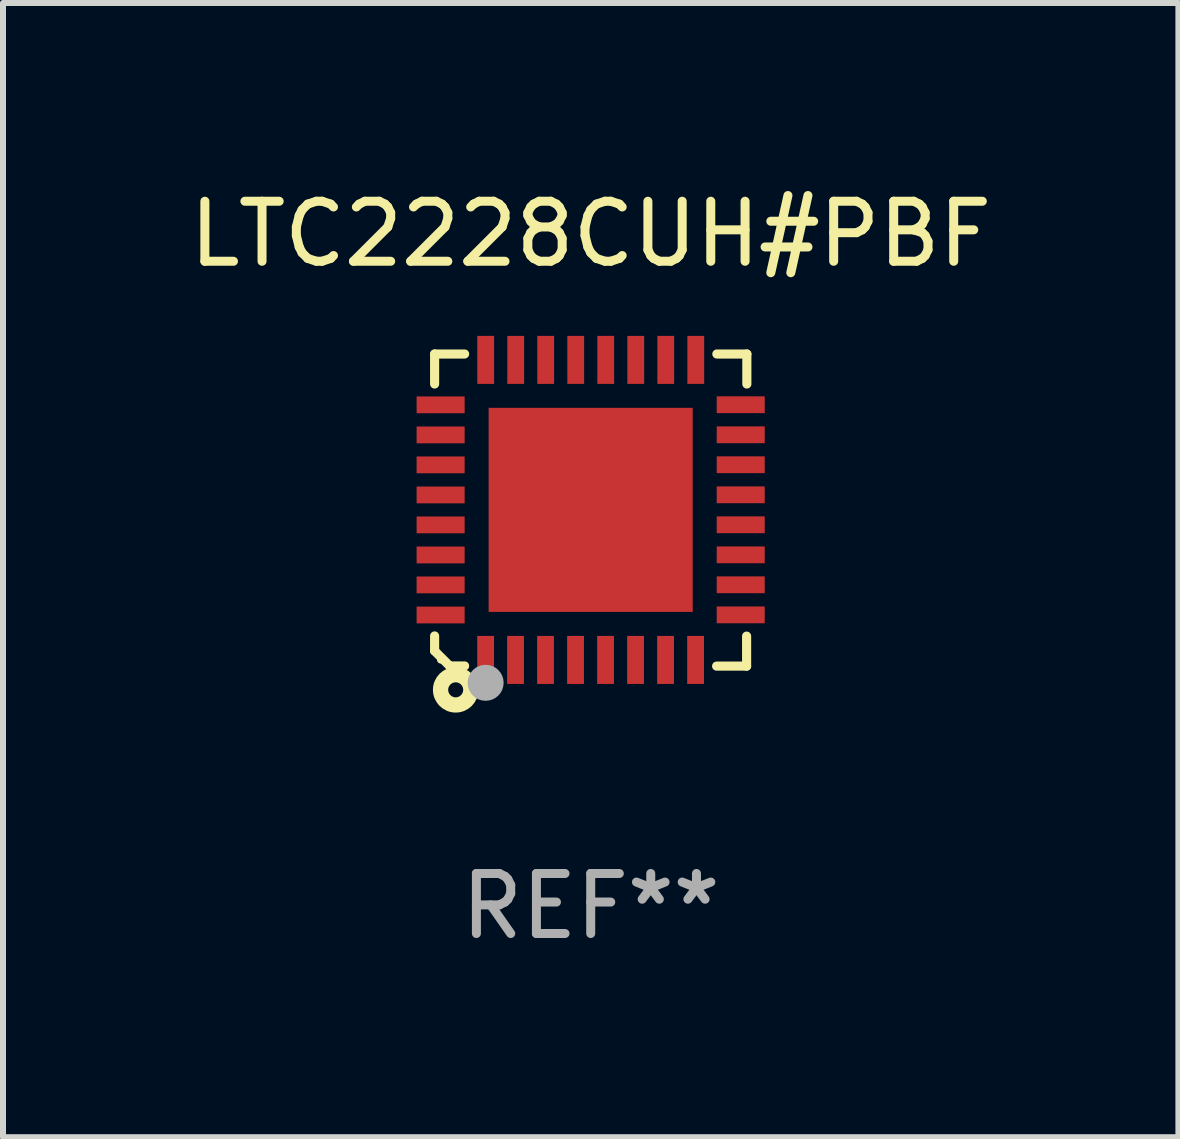
<source format=kicad_pcb>
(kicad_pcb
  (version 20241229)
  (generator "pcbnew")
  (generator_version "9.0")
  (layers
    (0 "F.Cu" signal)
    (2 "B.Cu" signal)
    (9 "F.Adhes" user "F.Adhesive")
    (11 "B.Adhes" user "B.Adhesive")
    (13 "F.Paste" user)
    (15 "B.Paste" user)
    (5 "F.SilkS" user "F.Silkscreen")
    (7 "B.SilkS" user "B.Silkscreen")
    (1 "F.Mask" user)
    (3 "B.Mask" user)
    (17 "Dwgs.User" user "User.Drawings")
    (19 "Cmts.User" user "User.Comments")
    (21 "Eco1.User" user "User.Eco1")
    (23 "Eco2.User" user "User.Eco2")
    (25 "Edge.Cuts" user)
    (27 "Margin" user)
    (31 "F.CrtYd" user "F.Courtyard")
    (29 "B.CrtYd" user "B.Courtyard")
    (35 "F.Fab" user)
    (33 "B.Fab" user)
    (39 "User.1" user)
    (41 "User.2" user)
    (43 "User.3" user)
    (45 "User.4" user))
  (footprint "LTC2228CUH#PBF"
    (layer "F.Cu")
    (at 6.792 5.448)
    (property "Reference" "LTC2228CUH#PBF" (at 0 -4.6 0) (layer "F.SilkS") (effects (font (size 1 1) (thickness 0.15))))
    (attr through_hole)
    (fp_line (start -2.601 2.097) (end -2.601 2.347) (stroke (width 0.152) (type solid)) (layer "F.SilkS"))
    (fp_line (start -2.601 2.347) (end -2.351 2.597) (stroke (width 0.152) (type solid)) (layer "F.SilkS"))
    (fp_line (start -2.601 -2.6) (end -2.601 -2.1) (stroke (width 0.152) (type solid)) (layer "F.SilkS"))
    (fp_line (start -2.601 -2.6) (end -2.101 -2.6) (stroke (width 0.152) (type solid)) (layer "F.SilkS"))
    (fp_line (start -2.351 2.597) (end -2.101 2.597) (stroke (width 0.152) (type solid)) (layer "F.SilkS"))
    (fp_line (start 2.597 2.6) (end 2.097 2.6) (stroke (width 0.152) (type solid)) (layer "F.SilkS"))
    (fp_line (start 2.597 2.6) (end 2.597 2.1) (stroke (width 0.152) (type solid)) (layer "F.SilkS"))
    (fp_line (start 2.601 -2.6) (end 2.101 -2.6) (stroke (width 0.152) (type solid)) (layer "F.SilkS"))
    (fp_line (start 2.601 -2.6) (end 2.601 -2.1) (stroke (width 0.152) (type solid)) (layer "F.SilkS"))
    (fp_circle (center -2.501 2.497) (end -2.471 2.497) (stroke (width 0.06) (type solid)) (fill no) (layer "F.SilkS"))
    (fp_circle (center -2.25 2.995) (end -2.125 2.995) (stroke (width 0.254) (type solid)) (fill no) (layer "F.SilkS"))
    (fp_circle (center -1.751 2.878) (end -1.601 2.878) (stroke (width 0.3) (type solid)) (fill no) (layer "F.Fab"))
    (fp_text user "REF**" (at 0 6.6 0) (layer "F.Fab") (effects (font (size 1 1) (thickness 0.15))))
    (pad "1" smd rect (at -1.751 2.497) (size 0.28 0.8) (layers "F.Cu" "F.Mask" "F.Paste"))
    (pad "2" smd rect (at -1.253 2.497) (size 0.28 0.8) (layers "F.Cu" "F.Mask" "F.Paste"))
    (pad "3" smd rect (at -0.753 2.497) (size 0.28 0.8) (layers "F.Cu" "F.Mask" "F.Paste"))
    (pad "4" smd rect (at -0.253 2.497) (size 0.28 0.8) (layers "F.Cu" "F.Mask" "F.Paste"))
    (pad "5" smd rect (at 0.247 2.497) (size 0.28 0.8) (layers "F.Cu" "F.Mask" "F.Paste"))
    (pad "6" smd rect (at 0.747 2.497) (size 0.28 0.8) (layers "F.Cu" "F.Mask" "F.Paste"))
    (pad "7" smd rect (at 1.247 2.497) (size 0.28 0.8) (layers "F.Cu" "F.Mask" "F.Paste"))
    (pad "8" smd rect (at 1.747 2.497) (size 0.28 0.8) (layers "F.Cu" "F.Mask" "F.Paste"))
    (pad "9" smd rect (at 2.499 1.746) (size 0.8 0.28) (layers "F.Cu" "F.Mask" "F.Paste"))
    (pad "10" smd rect (at 2.499 1.245) (size 0.8 0.28) (layers "F.Cu" "F.Mask" "F.Paste"))
    (pad "11" smd rect (at 2.499 0.746) (size 0.8 0.28) (layers "F.Cu" "F.Mask" "F.Paste"))
    (pad "12" smd rect (at 2.499 0.245) (size 0.8 0.28) (layers "F.Cu" "F.Mask" "F.Paste"))
    (pad "13" smd rect (at 2.499 -0.254) (size 0.8 0.28) (layers "F.Cu" "F.Mask" "F.Paste"))
    (pad "14" smd rect (at 2.499 -0.755) (size 0.8 0.28) (layers "F.Cu" "F.Mask" "F.Paste"))
    (pad "15" smd rect (at 2.499 -1.254) (size 0.8 0.28) (layers "F.Cu" "F.Mask" "F.Paste"))
    (pad "16" smd rect (at 2.499 -1.755) (size 0.8 0.28) (layers "F.Cu" "F.Mask" "F.Paste"))
    (pad "17" smd rect (at 1.75 -2.502) (size 0.28 0.8) (layers "F.Cu" "F.Mask" "F.Paste"))
    (pad "18" smd rect (at 1.25 -2.502) (size 0.28 0.8) (layers "F.Cu" "F.Mask" "F.Paste"))
    (pad "19" smd rect (at 0.75 -2.502) (size 0.28 0.8) (layers "F.Cu" "F.Mask" "F.Paste"))
    (pad "20" smd rect (at 0.25 -2.502) (size 0.28 0.8) (layers "F.Cu" "F.Mask" "F.Paste"))
    (pad "21" smd rect (at -0.25 -2.502) (size 0.28 0.8) (layers "F.Cu" "F.Mask" "F.Paste"))
    (pad "22" smd rect (at -0.75 -2.502) (size 0.28 0.8) (layers "F.Cu" "F.Mask" "F.Paste"))
    (pad "23" smd rect (at -1.25 -2.502) (size 0.28 0.8) (layers "F.Cu" "F.Mask" "F.Paste"))
    (pad "24" smd rect (at -1.75 -2.502) (size 0.28 0.8) (layers "F.Cu" "F.Mask" "F.Paste"))
    (pad "25" smd rect (at -2.501 -1.753) (size 0.8 0.28) (layers "F.Cu" "F.Mask" "F.Paste"))
    (pad "26" smd rect (at -2.501 -1.252) (size 0.8 0.28) (layers "F.Cu" "F.Mask" "F.Paste"))
    (pad "27" smd rect (at -2.501 -0.753) (size 0.8 0.28) (layers "F.Cu" "F.Mask" "F.Paste"))
    (pad "28" smd rect (at -2.501 -0.252) (size 0.8 0.28) (layers "F.Cu" "F.Mask" "F.Paste"))
    (pad "29" smd rect (at -2.501 0.247) (size 0.8 0.28) (layers "F.Cu" "F.Mask" "F.Paste"))
    (pad "30" smd rect (at -2.501 0.748) (size 0.8 0.28) (layers "F.Cu" "F.Mask" "F.Paste"))
    (pad "31" smd rect (at -2.501 1.247) (size 0.8 0.28) (layers "F.Cu" "F.Mask" "F.Paste"))
    (pad "32" smd rect (at -2.501 1.748) (size 0.8 0.28) (layers "F.Cu" "F.Mask" "F.Paste"))
    (pad "33" smd rect (at -0.001 -0.003 180) (size 3.4 3.4) (layers "F.Cu" "F.Mask" "F.Paste")))
  (gr_rect
    (start -3 -3)
    (end 16.583 15.896)
    (stroke (width 0.1) (type default))
    (fill no)
    (layer "Edge.Cuts")))
</source>
